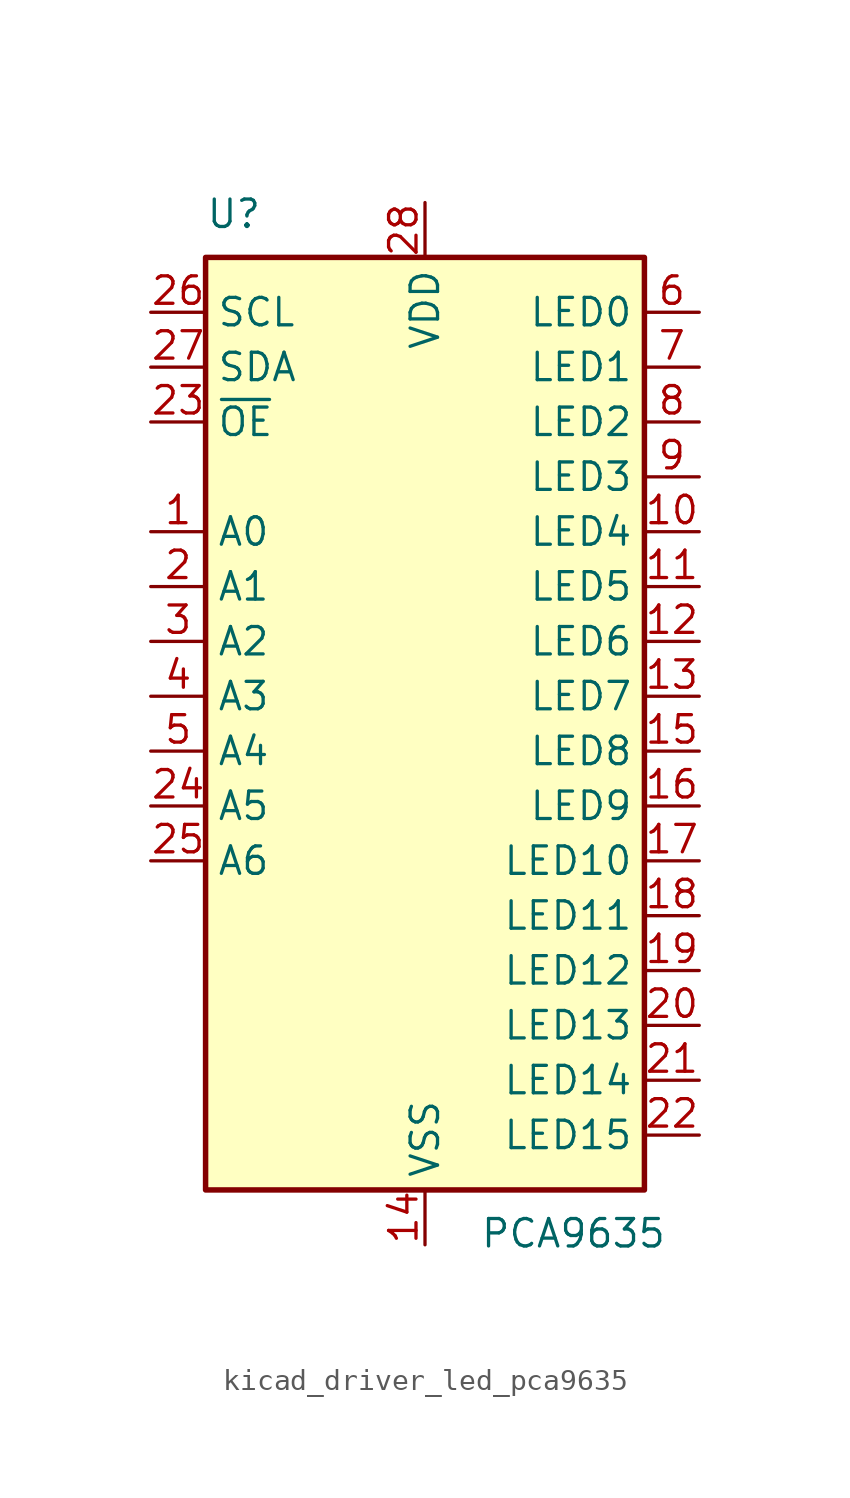
<source format=kicad_sym>
(kicad_symbol_lib
  (version 20220914)
  (generator kicad_symbol_editor)
  (symbol "kicad_driver_led_pca9635"
    (property "Reference" "U"
      (at -10.16 24.13 0)
      (effects (font (size 1.27 1.27)) (justify left bottom)))
    (property "Value" "PCA9635"
      (at 2.54 -21.59 0)
      (effects (font (size 1.27 1.27)) (justify left top)))
    (symbol "kicad_driver_led_pca9635_0_1"
      (rectangle (start -10.16 22.86) (end 10.16 -20.32) (stroke (width 0.254) (type default)) (fill (type background))))
    (symbol "kicad_driver_led_pca9635_1_1"
      (pin input line (at -12.7 10.16 0) (length 2.54) (name "A0" (effects (font (size 1.27 1.27)))) (number "1" (effects (font (size 1.27 1.27)))))
      (pin output line (at 12.7 10.16 180) (length 2.54) (name "LED4" (effects (font (size 1.27 1.27)))) (number "10" (effects (font (size 1.27 1.27)))))
      (pin output line (at 12.7 7.62 180) (length 2.54) (name "LED5" (effects (font (size 1.27 1.27)))) (number "11" (effects (font (size 1.27 1.27)))))
      (pin output line (at 12.7 5.08 180) (length 2.54) (name "LED6" (effects (font (size 1.27 1.27)))) (number "12" (effects (font (size 1.27 1.27)))))
      (pin output line (at 12.7 2.54 180) (length 2.54) (name "LED7" (effects (font (size 1.27 1.27)))) (number "13" (effects (font (size 1.27 1.27)))))
      (pin power_in line (at 0 -22.86 90) (length 2.54) (name "VSS" (effects (font (size 1.27 1.27)))) (number "14" (effects (font (size 1.27 1.27)))))
      (pin output line (at 12.7 0 180) (length 2.54) (name "LED8" (effects (font (size 1.27 1.27)))) (number "15" (effects (font (size 1.27 1.27)))))
      (pin output line (at 12.7 -2.54 180) (length 2.54) (name "LED9" (effects (font (size 1.27 1.27)))) (number "16" (effects (font (size 1.27 1.27)))))
      (pin output line (at 12.7 -5.08 180) (length 2.54) (name "LED10" (effects (font (size 1.27 1.27)))) (number "17" (effects (font (size 1.27 1.27)))))
      (pin output line (at 12.7 -7.62 180) (length 2.54) (name "LED11" (effects (font (size 1.27 1.27)))) (number "18" (effects (font (size 1.27 1.27)))))
      (pin output line (at 12.7 -10.16 180) (length 2.54) (name "LED12" (effects (font (size 1.27 1.27)))) (number "19" (effects (font (size 1.27 1.27)))))
      (pin input line (at -12.7 7.62 0) (length 2.54) (name "A1" (effects (font (size 1.27 1.27)))) (number "2" (effects (font (size 1.27 1.27)))))
      (pin output line (at 12.7 -12.7 180) (length 2.54) (name "LED13" (effects (font (size 1.27 1.27)))) (number "20" (effects (font (size 1.27 1.27)))))
      (pin output line (at 12.7 -15.24 180) (length 2.54) (name "LED14" (effects (font (size 1.27 1.27)))) (number "21" (effects (font (size 1.27 1.27)))))
      (pin output line (at 12.7 -17.78 180) (length 2.54) (name "LED15" (effects (font (size 1.27 1.27)))) (number "22" (effects (font (size 1.27 1.27)))))
      (pin input line (at -12.7 15.24 0) (length 2.54) (name "~{OE}" (effects (font (size 1.27 1.27)))) (number "23" (effects (font (size 1.27 1.27)))))
      (pin input line (at -12.7 -2.54 0) (length 2.54) (name "A5" (effects (font (size 1.27 1.27)))) (number "24" (effects (font (size 1.27 1.27)))))
      (pin input line (at -12.7 -5.08 0) (length 2.54) (name "A6" (effects (font (size 1.27 1.27)))) (number "25" (effects (font (size 1.27 1.27)))))
      (pin input line (at -12.7 20.32 0) (length 2.54) (name "SCL" (effects (font (size 1.27 1.27)))) (number "26" (effects (font (size 1.27 1.27)))))
      (pin bidirectional line (at -12.7 17.78 0) (length 2.54) (name "SDA" (effects (font (size 1.27 1.27)))) (number "27" (effects (font (size 1.27 1.27)))))
      (pin power_in line (at 0 25.4 270) (length 2.54) (name "VDD" (effects (font (size 1.27 1.27)))) (number "28" (effects (font (size 1.27 1.27)))))
      (pin input line (at -12.7 5.08 0) (length 2.54) (name "A2" (effects (font (size 1.27 1.27)))) (number "3" (effects (font (size 1.27 1.27)))))
      (pin input line (at -12.7 2.54 0) (length 2.54) (name "A3" (effects (font (size 1.27 1.27)))) (number "4" (effects (font (size 1.27 1.27)))))
      (pin input line (at -12.7 0 0) (length 2.54) (name "A4" (effects (font (size 1.27 1.27)))) (number "5" (effects (font (size 1.27 1.27)))))
      (pin output line (at 12.7 20.32 180) (length 2.54) (name "LED0" (effects (font (size 1.27 1.27)))) (number "6" (effects (font (size 1.27 1.27)))))
      (pin output line (at 12.7 17.78 180) (length 2.54) (name "LED1" (effects (font (size 1.27 1.27)))) (number "7" (effects (font (size 1.27 1.27)))))
      (pin output line (at 12.7 15.24 180) (length 2.54) (name "LED2" (effects (font (size 1.27 1.27)))) (number "8" (effects (font (size 1.27 1.27)))))
      (pin output line (at 12.7 12.7 180) (length 2.54) (name "LED3" (effects (font (size 1.27 1.27)))) (number "9" (effects (font (size 1.27 1.27))))))))
</source>
